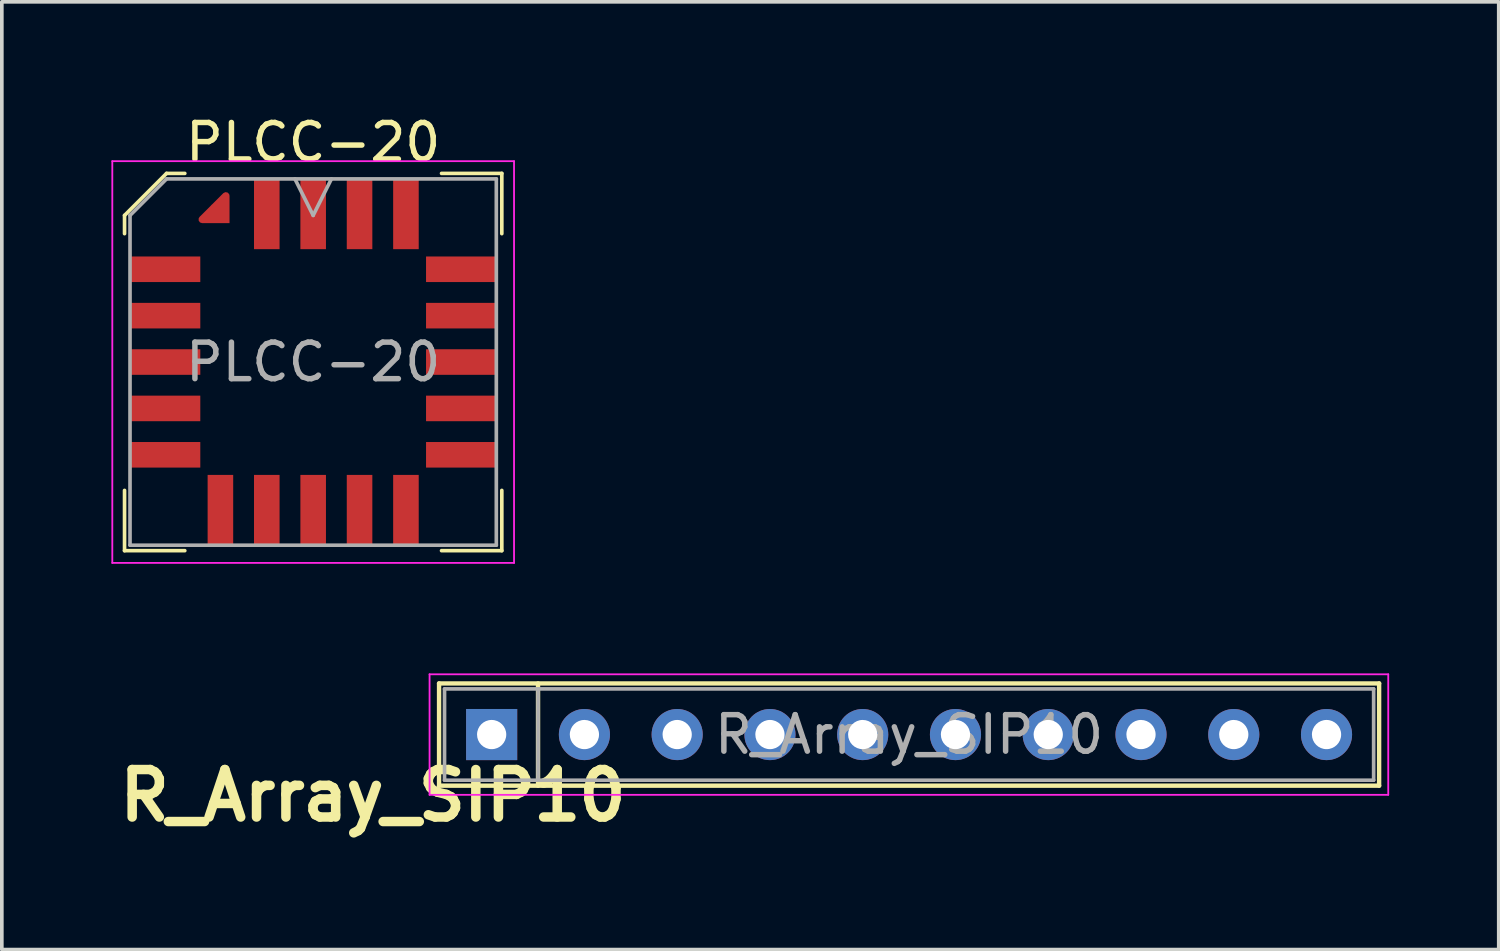
<source format=kicad_pcb>
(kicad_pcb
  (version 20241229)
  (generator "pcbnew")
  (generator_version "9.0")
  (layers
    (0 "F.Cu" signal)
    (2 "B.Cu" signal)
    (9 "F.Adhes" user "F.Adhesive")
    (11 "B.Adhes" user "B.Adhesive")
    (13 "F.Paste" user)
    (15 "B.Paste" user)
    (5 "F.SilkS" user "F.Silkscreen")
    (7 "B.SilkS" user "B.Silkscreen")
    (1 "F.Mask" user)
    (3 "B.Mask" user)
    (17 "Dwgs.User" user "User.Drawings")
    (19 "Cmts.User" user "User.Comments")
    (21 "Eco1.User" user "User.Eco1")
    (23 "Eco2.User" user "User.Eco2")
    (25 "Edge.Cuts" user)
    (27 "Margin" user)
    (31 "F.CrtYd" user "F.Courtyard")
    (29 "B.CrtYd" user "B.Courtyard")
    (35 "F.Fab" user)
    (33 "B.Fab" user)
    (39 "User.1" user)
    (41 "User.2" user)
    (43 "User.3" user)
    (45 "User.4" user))
  (footprint "PLCC-20"
    (layer "F.Cu")
    (at 5.525 6.863)
    (property "Reference" "PLCC-20" (at 0 -6.015 0) (layer "F.SilkS") (effects (font (size 1 1) (thickness 0.15))))
    (attr smd)
    (fp_line (start -5.165 -4.015) (end -5.165 -3.515) (stroke (width 0.1) (type solid)) (layer "F.SilkS"))
    (fp_line (start -5.165 5.165) (end -5.165 3.515) (stroke (width 0.1) (type solid)) (layer "F.SilkS"))
    (fp_line (start -4.015 -5.165) (end -5.165 -4.015) (stroke (width 0.1) (type solid)) (layer "F.SilkS"))
    (fp_line (start -3.515 -5.165) (end -4.015 -5.165) (stroke (width 0.1) (type solid)) (layer "F.SilkS"))
    (fp_line (start -3.515 5.165) (end -5.165 5.165) (stroke (width 0.1) (type solid)) (layer "F.SilkS"))
    (fp_line (start 3.515 -5.165) (end 5.165 -5.165) (stroke (width 0.1) (type solid)) (layer "F.SilkS"))
    (fp_line (start 3.515 5.165) (end 5.165 5.165) (stroke (width 0.1) (type solid)) (layer "F.SilkS"))
    (fp_line (start 5.165 -5.165) (end 5.165 -3.515) (stroke (width 0.1) (type solid)) (layer "F.SilkS"))
    (fp_line (start 5.165 5.165) (end 5.165 3.515) (stroke (width 0.1) (type solid)) (layer "F.SilkS"))
    (fp_line (start -5.5 -5.5) (end -5.5 5.5) (stroke (width 0.05) (type solid)) (layer "F.CrtYd"))
    (fp_line (start -5.5 5.5) (end 5.5 5.5) (stroke (width 0.05) (type solid)) (layer "F.CrtYd"))
    (fp_line (start 5.5 -5.5) (end -5.5 -5.5) (stroke (width 0.05) (type solid)) (layer "F.CrtYd"))
    (fp_line (start 5.5 5.5) (end 5.5 -5.5) (stroke (width 0.05) (type solid)) (layer "F.CrtYd"))
    (fp_line (start -5.015 -4.015) (end -5.015 5.015) (stroke (width 0.1) (type solid)) (layer "F.Fab"))
    (fp_line (start -5.015 5.015) (end 5.015 5.015) (stroke (width 0.1) (type solid)) (layer "F.Fab"))
    (fp_line (start -4.015 -5.015) (end -5.015 -4.015) (stroke (width 0.1) (type solid)) (layer "F.Fab"))
    (fp_line (start -0.5 -5.015) (end 0 -4.015) (stroke (width 0.1) (type solid)) (layer "F.Fab"))
    (fp_line (start 0 -4.015) (end 0.5 -5.015) (stroke (width 0.1) (type solid)) (layer "F.Fab"))
    (fp_line (start 5.015 -5.015) (end -4.015 -5.015) (stroke (width 0.1) (type solid)) (layer "F.Fab"))
    (fp_line (start 5.015 5.015) (end 5.015 -5.015) (stroke (width 0.1) (type solid)) (layer "F.Fab"))
    (fp_text user "${REFERENCE}" (at 0 0 0) (layer "F.Fab") (effects (font (size 1 1) (thickness 0.15))))
    (pad "1" smd rect (at 0 -4.053) (size 0.7 1.925) (layers "F.Cu" "F.Mask" "F.Paste"))
    (pad "2" smd rect (at -1.27 -4.053) (size 0.7 1.925) (layers "F.Cu" "F.Mask" "F.Paste"))
    (pad "3" smd custom (at -2.54 -4.053 180) (size 0.5 0.5) (layers "F.Cu" "F.Mask" "F.Paste") (options (anchor rect)) (primitives (gr_poly (pts (xy -0.15 -0.15) (xy 0.5 -0.15) (xy -0.15 0.5)) (width 0.2) (fill yes)) (gr_poly (pts (xy 0 0) (xy 0.1 0) (xy 0 0.1)) (width 0.2) (fill yes))))
    (pad "4" smd rect (at -4.053 -2.54) (size 1.925 0.7) (layers "F.Cu" "F.Mask" "F.Paste"))
    (pad "5" smd rect (at -4.053 -1.27) (size 1.925 0.7) (layers "F.Cu" "F.Mask" "F.Paste"))
    (pad "6" smd rect (at -4.053 0) (size 1.925 0.7) (layers "F.Cu" "F.Mask" "F.Paste"))
    (pad "7" smd rect (at -4.053 1.27) (size 1.925 0.7) (layers "F.Cu" "F.Mask" "F.Paste"))
    (pad "8" smd rect (at -4.053 2.54) (size 1.925 0.7) (layers "F.Cu" "F.Mask" "F.Paste"))
    (pad "9" smd rect (at -2.54 4.053) (size 0.7 1.925) (layers "F.Cu" "F.Mask" "F.Paste"))
    (pad "10" smd rect (at -1.27 4.053) (size 0.7 1.925) (layers "F.Cu" "F.Mask" "F.Paste"))
    (pad "11" smd rect (at 0 4.053) (size 0.7 1.925) (layers "F.Cu" "F.Mask" "F.Paste"))
    (pad "12" smd rect (at 1.27 4.053) (size 0.7 1.925) (layers "F.Cu" "F.Mask" "F.Paste"))
    (pad "13" smd rect (at 2.54 4.053) (size 0.7 1.925) (layers "F.Cu" "F.Mask" "F.Paste"))
    (pad "14" smd rect (at 4.053 2.54) (size 1.925 0.7) (layers "F.Cu" "F.Mask" "F.Paste"))
    (pad "15" smd rect (at 4.053 1.27) (size 1.925 0.7) (layers "F.Cu" "F.Mask" "F.Paste"))
    (pad "16" smd rect (at 4.053 0) (size 1.925 0.7) (layers "F.Cu" "F.Mask" "F.Paste"))
    (pad "17" smd rect (at 4.053 -1.27) (size 1.925 0.7) (layers "F.Cu" "F.Mask" "F.Paste"))
    (pad "18" smd rect (at 4.053 -2.54) (size 1.925 0.7) (layers "F.Cu" "F.Mask" "F.Paste"))
    (pad "19" smd rect (at 2.54 -4.053) (size 0.7 1.925) (layers "F.Cu" "F.Mask" "F.Paste"))
    (pad "20" smd rect (at 1.27 -4.053) (size 0.7 1.925) (layers "F.Cu" "F.Mask" "F.Paste")))
  (footprint "R_Array_SIP10"
    (layer "F.Cu")
    (at 10.412 17.063)
    (property "Reference" "R_Array_SIP10" (at -3.25 1.67 0) (layer "F.SilkS") (effects (font (size 1.3 1.3) (thickness 0.26) (bold yes))))
    (attr through_hole)
    (fp_line (start -1.44 -1.4) (end -1.44 1.4) (stroke (width 0.12) (type solid)) (layer "F.SilkS"))
    (fp_line (start -1.44 1.4) (end 24.3 1.4) (stroke (width 0.12) (type solid)) (layer "F.SilkS"))
    (fp_line (start 1.27 -1.4) (end 1.27 1.4) (stroke (width 0.12) (type solid)) (layer "F.SilkS"))
    (fp_line (start 24.3 -1.4) (end -1.44 -1.4) (stroke (width 0.12) (type solid)) (layer "F.SilkS"))
    (fp_line (start 24.3 1.4) (end 24.3 -1.4) (stroke (width 0.12) (type solid)) (layer "F.SilkS"))
    (fp_line (start -1.7 -1.65) (end -1.7 1.65) (stroke (width 0.05) (type solid)) (layer "F.CrtYd"))
    (fp_line (start -1.7 1.65) (end 24.55 1.65) (stroke (width 0.05) (type solid)) (layer "F.CrtYd"))
    (fp_line (start 24.55 -1.65) (end -1.7 -1.65) (stroke (width 0.05) (type solid)) (layer "F.CrtYd"))
    (fp_line (start 24.55 1.65) (end 24.55 -1.65) (stroke (width 0.05) (type solid)) (layer "F.CrtYd"))
    (fp_line (start -1.29 -1.25) (end -1.29 1.25) (stroke (width 0.1) (type solid)) (layer "F.Fab"))
    (fp_line (start -1.29 1.25) (end 24.15 1.25) (stroke (width 0.1) (type solid)) (layer "F.Fab"))
    (fp_line (start 1.27 -1.25) (end 1.27 1.25) (stroke (width 0.1) (type solid)) (layer "F.Fab"))
    (fp_line (start 24.15 -1.25) (end -1.29 -1.25) (stroke (width 0.1) (type solid)) (layer "F.Fab"))
    (fp_line (start 24.15 1.25) (end 24.15 -1.25) (stroke (width 0.1) (type solid)) (layer "F.Fab"))
    (fp_text user "${REFERENCE}" (at 11.43 0 0) (layer "F.Fab") (effects (font (size 1 1) (thickness 0.15))))
    (pad "1" thru_hole rect (at 0 0) (size 1.4 1.4) (drill 0.8) (layers "*.Cu" "*.Mask"))
    (pad "2" thru_hole circle (at 2.54 0) (size 1.4 1.4) (drill 0.8) (layers "*.Cu" "*.Mask"))
    (pad "3" thru_hole circle (at 5.08 0) (size 1.4 1.4) (drill 0.8) (layers "*.Cu" "*.Mask"))
    (pad "4" thru_hole circle (at 7.62 0) (size 1.4 1.4) (drill 0.8) (layers "*.Cu" "*.Mask"))
    (pad "5" thru_hole circle (at 10.16 0) (size 1.4 1.4) (drill 0.8) (layers "*.Cu" "*.Mask"))
    (pad "6" thru_hole circle (at 12.7 0) (size 1.4 1.4) (drill 0.8) (layers "*.Cu" "*.Mask"))
    (pad "7" thru_hole circle (at 15.24 0) (size 1.4 1.4) (drill 0.8) (layers "*.Cu" "*.Mask"))
    (pad "8" thru_hole circle (at 17.78 0) (size 1.4 1.4) (drill 0.8) (layers "*.Cu" "*.Mask"))
    (pad "9" thru_hole circle (at 20.32 0) (size 1.4 1.4) (drill 0.8) (layers "*.Cu" "*.Mask"))
    (pad "10" thru_hole circle (at 22.86 0) (size 1.4 1.4) (drill 0.8) (layers "*.Cu" "*.Mask")))
  (gr_rect
    (start -3 -3)
    (end 37.987 22.95)
    (stroke (width 0.1) (type default))
    (fill no)
    (layer "Edge.Cuts")))
</source>
